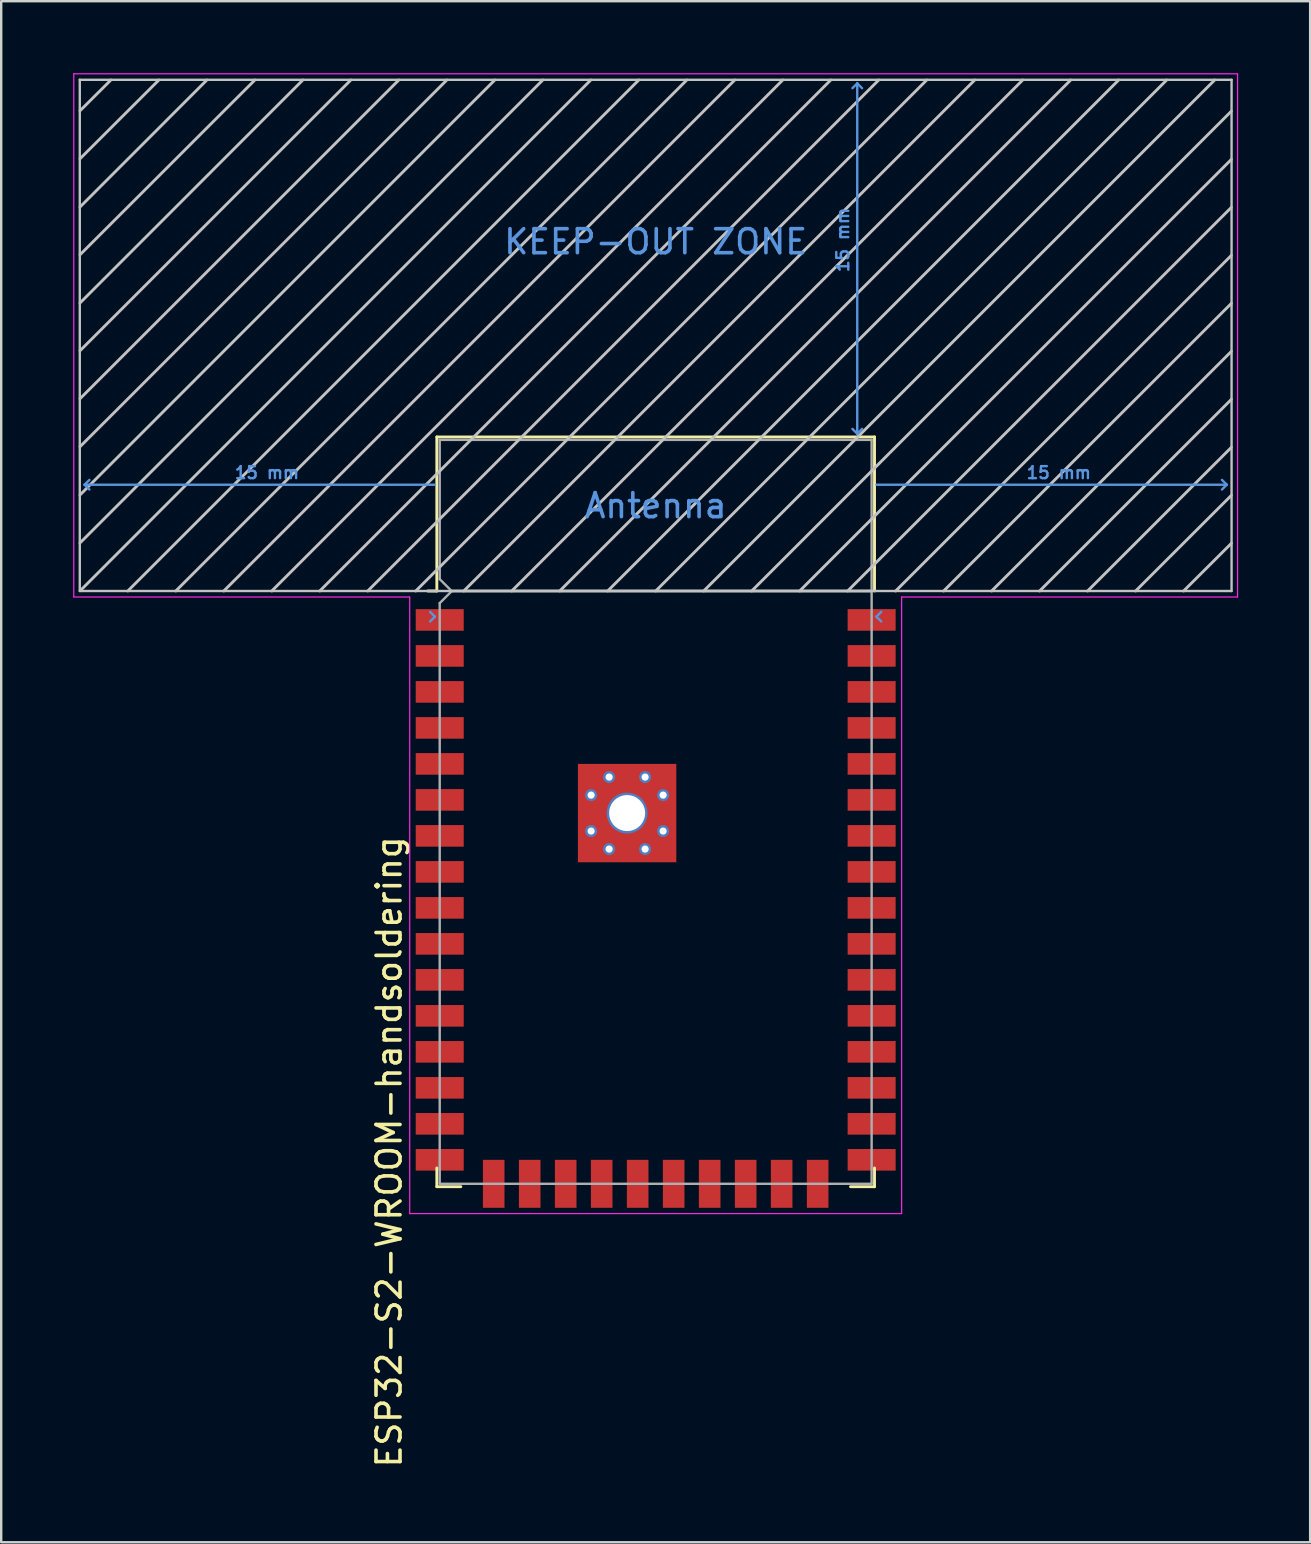
<source format=kicad_pcb>
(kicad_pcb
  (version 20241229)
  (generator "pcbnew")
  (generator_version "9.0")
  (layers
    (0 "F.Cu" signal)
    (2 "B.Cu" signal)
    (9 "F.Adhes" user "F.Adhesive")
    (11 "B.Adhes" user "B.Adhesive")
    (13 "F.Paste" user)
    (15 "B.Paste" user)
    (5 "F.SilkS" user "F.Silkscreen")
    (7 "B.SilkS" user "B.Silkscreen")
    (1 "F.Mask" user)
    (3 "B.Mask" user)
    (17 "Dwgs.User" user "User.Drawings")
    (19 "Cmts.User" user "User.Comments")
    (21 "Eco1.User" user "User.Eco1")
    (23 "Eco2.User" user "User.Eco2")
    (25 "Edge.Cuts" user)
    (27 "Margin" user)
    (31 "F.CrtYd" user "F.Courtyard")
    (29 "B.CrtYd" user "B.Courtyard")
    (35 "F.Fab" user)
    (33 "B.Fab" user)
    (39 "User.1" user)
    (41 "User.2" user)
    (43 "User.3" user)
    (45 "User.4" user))
  (footprint "ESP32-S2-WROOM-handsoldering"
    (layer "F.Cu")
    (at 24.275 36.525)
    (property "Reference" "ESP32-S2-WROOM-handsoldering" (at -11.11 8.43 90) (layer "F.SilkS") (effects (font (size 1 1) (thickness 0.15))))
    (attr smd)
    (fp_line (start -9.12 -21.365) (end -9.12 -14.945) (stroke (width 0.12) (type solid)) (layer "F.SilkS"))
    (fp_line (start -9.12 -21.365) (end 9.12 -21.365) (stroke (width 0.12) (type solid)) (layer "F.SilkS"))
    (fp_line (start -9.12 -14.945) (end -9.5 -14.945) (stroke (width 0.12) (type solid)) (layer "F.SilkS"))
    (fp_line (start -9.12 9.1) (end -9.12 9.88) (stroke (width 0.12) (type solid)) (layer "F.SilkS"))
    (fp_line (start -9.12 9.88) (end -8.12 9.88) (stroke (width 0.12) (type solid)) (layer "F.SilkS"))
    (fp_line (start 9.12 -21.365) (end 9.12 -14.945) (stroke (width 0.12) (type solid)) (layer "F.SilkS"))
    (fp_line (start 9.12 9.1) (end 9.12 9.88) (stroke (width 0.12) (type solid)) (layer "F.SilkS"))
    (fp_line (start 9.12 9.88) (end 8.12 9.88) (stroke (width 0.12) (type solid)) (layer "F.SilkS"))
    (fp_line (start -24 -14.945) (end -24 -36.25) (stroke (width 0.1) (type solid)) (layer "Dwgs.User"))
    (fp_line (start -23.99 -34.96) (end -22.705 -36.24) (stroke (width 0.12) (type solid)) (layer "Dwgs.User"))
    (fp_line (start -23.99 -32.96) (end -20.705 -36.24) (stroke (width 0.12) (type solid)) (layer "Dwgs.User"))
    (fp_line (start -23.99 -30.95) (end -18.705 -36.24) (stroke (width 0.12) (type solid)) (layer "Dwgs.User"))
    (fp_line (start -23.99 -28.96) (end -16.705 -36.24) (stroke (width 0.12) (type solid)) (layer "Dwgs.User"))
    (fp_line (start -23.99 -26.95) (end -14.705 -36.24) (stroke (width 0.12) (type solid)) (layer "Dwgs.User"))
    (fp_line (start -23.99 -24.96) (end -12.705 -36.24) (stroke (width 0.12) (type solid)) (layer "Dwgs.User"))
    (fp_line (start -23.99 -22.96) (end -10.705 -36.24) (stroke (width 0.12) (type solid)) (layer "Dwgs.User"))
    (fp_line (start -23.99 -20.96) (end -8.705 -36.24) (stroke (width 0.12) (type solid)) (layer "Dwgs.User"))
    (fp_line (start -23.99 -18.95) (end -6.705 -36.24) (stroke (width 0.12) (type solid)) (layer "Dwgs.User"))
    (fp_line (start -23.99 -16.95) (end -4.705 -36.24) (stroke (width 0.12) (type solid)) (layer "Dwgs.User"))
    (fp_line (start -23.98 -14.96) (end -2.705 -36.24) (stroke (width 0.12) (type solid)) (layer "Dwgs.User"))
    (fp_line (start -22 -14.945) (end -0.705 -36.24) (stroke (width 0.12) (type solid)) (layer "Dwgs.User"))
    (fp_line (start -20 -14.945) (end 1.295 -36.24) (stroke (width 0.12) (type solid)) (layer "Dwgs.User"))
    (fp_line (start -18 -14.945) (end 3.295 -36.24) (stroke (width 0.12) (type solid)) (layer "Dwgs.User"))
    (fp_line (start -16 -14.945) (end 5.295 -36.24) (stroke (width 0.12) (type solid)) (layer "Dwgs.User"))
    (fp_line (start -14 -14.945) (end 7.295 -36.24) (stroke (width 0.12) (type solid)) (layer "Dwgs.User"))
    (fp_line (start -12 -14.945) (end 9.295 -36.24) (stroke (width 0.12) (type solid)) (layer "Dwgs.User"))
    (fp_line (start -10 -14.945) (end 11.295 -36.24) (stroke (width 0.12) (type solid)) (layer "Dwgs.User"))
    (fp_line (start -8 -14.945) (end 13.295 -36.24) (stroke (width 0.12) (type solid)) (layer "Dwgs.User"))
    (fp_line (start -6 -14.945) (end 15.295 -36.24) (stroke (width 0.12) (type solid)) (layer "Dwgs.User"))
    (fp_line (start -4 -14.945) (end 17.295 -36.24) (stroke (width 0.12) (type solid)) (layer "Dwgs.User"))
    (fp_line (start -2 -14.945) (end 19.295 -36.24) (stroke (width 0.12) (type solid)) (layer "Dwgs.User"))
    (fp_line (start 0 -14.945) (end 21.295 -36.24) (stroke (width 0.12) (type solid)) (layer "Dwgs.User"))
    (fp_line (start 2 -14.945) (end 23.295 -36.24) (stroke (width 0.12) (type solid)) (layer "Dwgs.User"))
    (fp_line (start 4 -14.945) (end 23.99 -34.94) (stroke (width 0.12) (type solid)) (layer "Dwgs.User"))
    (fp_line (start 6 -14.945) (end 23.99 -32.93) (stroke (width 0.12) (type solid)) (layer "Dwgs.User"))
    (fp_line (start 8 -14.945) (end 23.99 -30.93) (stroke (width 0.12) (type solid)) (layer "Dwgs.User"))
    (fp_line (start 10 -14.945) (end 23.99 -28.93) (stroke (width 0.12) (type solid)) (layer "Dwgs.User"))
    (fp_line (start 12 -14.945) (end 23.99 -26.93) (stroke (width 0.12) (type solid)) (layer "Dwgs.User"))
    (fp_line (start 14 -14.945) (end 23.99 -24.93) (stroke (width 0.12) (type solid)) (layer "Dwgs.User"))
    (fp_line (start 16 -14.945) (end 23.99 -22.93) (stroke (width 0.12) (type solid)) (layer "Dwgs.User"))
    (fp_line (start 18 -14.945) (end 23.99 -20.93) (stroke (width 0.12) (type solid)) (layer "Dwgs.User"))
    (fp_line (start 20 -14.945) (end 23.99 -18.93) (stroke (width 0.12) (type solid)) (layer "Dwgs.User"))
    (fp_line (start 22 -14.945) (end 23.99 -16.93) (stroke (width 0.12) (type solid)) (layer "Dwgs.User"))
    (fp_line (start 24 -36.25) (end -24 -36.25) (stroke (width 0.1) (type solid)) (layer "Dwgs.User"))
    (fp_line (start 24 -14.945) (end -24 -14.945) (stroke (width 0.1) (type solid)) (layer "Dwgs.User"))
    (fp_line (start 24 -14.945) (end 24 -36.25) (stroke (width 0.1) (type solid)) (layer "Dwgs.User"))
    (fp_line (start -23.8 -19.375) (end -23.6 -19.575) (stroke (width 0.1) (type solid)) (layer "Cmts.User"))
    (fp_line (start -23.8 -19.375) (end -23.6 -19.175) (stroke (width 0.1) (type solid)) (layer "Cmts.User"))
    (fp_line (start -23.8 -19.375) (end -9.2 -19.375) (stroke (width 0.1) (type solid)) (layer "Cmts.User"))
    (fp_line (start -9.2 -13.875) (end -9.4 -14.075) (stroke (width 0.1) (type solid)) (layer "Cmts.User"))
    (fp_line (start -9.2 -13.875) (end -9.4 -13.675) (stroke (width 0.1) (type solid)) (layer "Cmts.User"))
    (fp_line (start 8.4 -36.1) (end 8.2 -35.9) (stroke (width 0.1) (type solid)) (layer "Cmts.User"))
    (fp_line (start 8.4 -36.1) (end 8.6 -35.9) (stroke (width 0.1) (type solid)) (layer "Cmts.User"))
    (fp_line (start 8.4 -21.5) (end 8.2 -21.7) (stroke (width 0.1) (type solid)) (layer "Cmts.User"))
    (fp_line (start 8.4 -21.5) (end 8.4 -36.1) (stroke (width 0.1) (type solid)) (layer "Cmts.User"))
    (fp_line (start 8.4 -21.5) (end 8.6 -21.7) (stroke (width 0.1) (type solid)) (layer "Cmts.User"))
    (fp_line (start 9.2 -19.375) (end 23.8 -19.375) (stroke (width 0.1) (type solid)) (layer "Cmts.User"))
    (fp_line (start 9.2 -13.875) (end 9.4 -14.075) (stroke (width 0.1) (type solid)) (layer "Cmts.User"))
    (fp_line (start 9.2 -13.875) (end 9.4 -13.675) (stroke (width 0.1) (type solid)) (layer "Cmts.User"))
    (fp_line (start 23.8 -19.375) (end 23.6 -19.575) (stroke (width 0.1) (type solid)) (layer "Cmts.User"))
    (fp_line (start 23.8 -19.375) (end 23.6 -19.175) (stroke (width 0.1) (type solid)) (layer "Cmts.User"))
    (fp_line (start -24.25 -36.5) (end -24.25 -14.695) (stroke (width 0.05) (type solid)) (layer "F.CrtYd"))
    (fp_line (start -24.25 -36.5) (end 24.25 -36.5) (stroke (width 0.05) (type solid)) (layer "F.CrtYd"))
    (fp_line (start -24.25 -14.695) (end -10.25 -14.695) (stroke (width 0.05) (type solid)) (layer "F.CrtYd"))
    (fp_line (start -10.25 11) (end -10.25 -14.69) (stroke (width 0.05) (type solid)) (layer "F.CrtYd"))
    (fp_line (start -10.25 11) (end 10.25 11) (stroke (width 0.05) (type solid)) (layer "F.CrtYd"))
    (fp_line (start 10.25 -14.695) (end 10.25 11) (stroke (width 0.05) (type solid)) (layer "F.CrtYd"))
    (fp_line (start 10.25 -14.695) (end 24.25 -14.695) (stroke (width 0.05) (type solid)) (layer "F.CrtYd"))
    (fp_line (start 24.25 -36.5) (end 24.25 -14.695) (stroke (width 0.05) (type solid)) (layer "F.CrtYd"))
    (fp_line (start -9 -21.245) (end -9 -15.44) (stroke (width 0.1) (type solid)) (layer "F.Fab"))
    (fp_line (start -9 -21.245) (end 9 -21.245) (stroke (width 0.1) (type solid)) (layer "F.Fab"))
    (fp_line (start -9 -14.44) (end -9 9.76) (stroke (width 0.1) (type solid)) (layer "F.Fab"))
    (fp_line (start -9 -14.44) (end -8.5 -14.94) (stroke (width 0.1) (type solid)) (layer "F.Fab"))
    (fp_line (start -9 9.76) (end 9 9.76) (stroke (width 0.1) (type solid)) (layer "F.Fab"))
    (fp_line (start -8.51 -14.945) (end 8.99 -14.945) (stroke (width 0.12) (type solid)) (layer "F.Fab"))
    (fp_line (start -8.5 -14.94) (end -9 -15.44) (stroke (width 0.1) (type solid)) (layer "F.Fab"))
    (fp_line (start 9 9.76) (end 9 -21.245) (stroke (width 0.1) (type solid)) (layer "F.Fab"))
    (fp_text user "KEEP-OUT ZONE" (at 0 -29.5 0) (layer "Cmts.User") (effects (font (size 1 1) (thickness 0.15))))
    (fp_text user "15 mm" (at 16.8 -19.875 0) (layer "Cmts.User") (effects (font (size 0.5 0.5) (thickness 0.1))))
    (fp_text user "Antenna" (at 0 -18.5 0) (layer "Cmts.User") (effects (font (size 1 1) (thickness 0.15))))
    (fp_text user "15 mm" (at -16.2 -19.875 0) (layer "Cmts.User") (effects (font (size 0.5 0.5) (thickness 0.1))))
    (fp_text user "15 mm" (at 7.8 -29.575 90) (layer "Cmts.User") (effects (font (size 0.5 0.5) (thickness 0.1))))
    (pad "1" smd rect (at -9 -13.74 180) (size 2 0.9) (layers "F.Cu" "F.Mask" "F.Paste"))
    (pad "2" smd rect (at -9 -12.24 180) (size 2 0.9) (layers "F.Cu" "F.Mask" "F.Paste"))
    (pad "3" smd rect (at -9 -10.74 180) (size 2 0.9) (layers "F.Cu" "F.Mask" "F.Paste"))
    (pad "4" smd rect (at -9 -9.24 180) (size 2 0.9) (layers "F.Cu" "F.Mask" "F.Paste"))
    (pad "5" smd rect (at -9 -7.74 180) (size 2 0.9) (layers "F.Cu" "F.Mask" "F.Paste"))
    (pad "6" smd rect (at -9 -6.24 180) (size 2 0.9) (layers "F.Cu" "F.Mask" "F.Paste"))
    (pad "7" smd rect (at -9 -4.74 180) (size 2 0.9) (layers "F.Cu" "F.Mask" "F.Paste"))
    (pad "8" smd rect (at -9 -3.24 180) (size 2 0.9) (layers "F.Cu" "F.Mask" "F.Paste"))
    (pad "9" smd rect (at -9 -1.74 180) (size 2 0.9) (layers "F.Cu" "F.Mask" "F.Paste"))
    (pad "10" smd rect (at -9 -0.24 180) (size 2 0.9) (layers "F.Cu" "F.Mask" "F.Paste"))
    (pad "11" smd rect (at -9 1.26 180) (size 2 0.9) (layers "F.Cu" "F.Mask" "F.Paste"))
    (pad "12" smd rect (at -9 2.76 180) (size 2 0.9) (layers "F.Cu" "F.Mask" "F.Paste"))
    (pad "13" smd rect (at -9 4.26 180) (size 2 0.9) (layers "F.Cu" "F.Mask" "F.Paste"))
    (pad "14" smd rect (at -9 5.76 180) (size 2 0.9) (layers "F.Cu" "F.Mask" "F.Paste"))
    (pad "15" smd rect (at -9 7.26 180) (size 2 0.9) (layers "F.Cu" "F.Mask" "F.Paste"))
    (pad "16" smd rect (at -9 8.76 180) (size 2 0.9) (layers "F.Cu" "F.Mask" "F.Paste"))
    (pad "17" smd rect (at -6.75 9.76 270) (size 2 0.9) (layers "F.Cu" "F.Mask" "F.Paste"))
    (pad "18" smd rect (at -5.25 9.76 270) (size 2 0.9) (layers "F.Cu" "F.Mask" "F.Paste"))
    (pad "19" smd rect (at -3.75 9.76 270) (size 2 0.9) (layers "F.Cu" "F.Mask" "F.Paste"))
    (pad "20" smd rect (at -2.25 9.76 270) (size 2 0.9) (layers "F.Cu" "F.Mask" "F.Paste"))
    (pad "21" smd rect (at -0.75 9.76 270) (size 2 0.9) (layers "F.Cu" "F.Mask" "F.Paste"))
    (pad "22" smd rect (at 0.75 9.76 270) (size 2 0.9) (layers "F.Cu" "F.Mask" "F.Paste"))
    (pad "23" smd rect (at 2.25 9.76 270) (size 2 0.9) (layers "F.Cu" "F.Mask" "F.Paste"))
    (pad "24" smd rect (at 3.75 9.76 270) (size 2 0.9) (layers "F.Cu" "F.Mask" "F.Paste"))
    (pad "25" smd rect (at 5.25 9.76 270) (size 2 0.9) (layers "F.Cu" "F.Mask" "F.Paste"))
    (pad "26" smd rect (at 6.75 9.76 270) (size 2 0.9) (layers "F.Cu" "F.Mask" "F.Paste"))
    (pad "27" smd rect (at 9 8.76 180) (size 2 0.9) (layers "F.Cu" "F.Mask" "F.Paste"))
    (pad "28" smd rect (at 9 7.26 180) (size 2 0.9) (layers "F.Cu" "F.Mask" "F.Paste"))
    (pad "29" smd rect (at 9 5.76 180) (size 2 0.9) (layers "F.Cu" "F.Mask" "F.Paste"))
    (pad "30" smd rect (at 9 4.26 180) (size 2 0.9) (layers "F.Cu" "F.Mask" "F.Paste"))
    (pad "31" smd rect (at 9 2.76 180) (size 2 0.9) (layers "F.Cu" "F.Mask" "F.Paste"))
    (pad "32" smd rect (at 9 1.26 180) (size 2 0.9) (layers "F.Cu" "F.Mask" "F.Paste"))
    (pad "33" smd rect (at 9 -0.24 180) (size 2 0.9) (layers "F.Cu" "F.Mask" "F.Paste"))
    (pad "34" smd rect (at 9 -1.74 180) (size 2 0.9) (layers "F.Cu" "F.Mask" "F.Paste"))
    (pad "35" smd rect (at 9 -3.24 180) (size 2 0.9) (layers "F.Cu" "F.Mask" "F.Paste"))
    (pad "36" smd rect (at 9 -4.74 180) (size 2 0.9) (layers "F.Cu" "F.Mask" "F.Paste"))
    (pad "37" smd rect (at 9 -6.24 180) (size 2 0.9) (layers "F.Cu" "F.Mask" "F.Paste"))
    (pad "38" smd rect (at 9 -7.74 180) (size 2 0.9) (layers "F.Cu" "F.Mask" "F.Paste"))
    (pad "39" smd rect (at 9 -9.24 180) (size 2 0.9) (layers "F.Cu" "F.Mask" "F.Paste"))
    (pad "40" smd rect (at 9 -10.74 180) (size 2 0.9) (layers "F.Cu" "F.Mask" "F.Paste"))
    (pad "41" smd rect (at 9 -12.24 180) (size 2 0.9) (layers "F.Cu" "F.Mask" "F.Paste"))
    (pad "42" smd rect (at 9 -13.74 180) (size 2 0.9) (layers "F.Cu" "F.Mask" "F.Paste"))
    (pad "43" thru_hole circle (at -2.69 -6.44 180) (size 0.5 0.5) (drill 0.3) (layers "*.Cu" "*.Mask"))
    (pad "43" thru_hole circle (at -2.69 -4.94 180) (size 0.5 0.5) (drill 0.3) (layers "*.Cu" "*.Mask"))
    (pad "43" thru_hole circle (at -1.94 -7.19 180) (size 0.5 0.5) (drill 0.3) (layers "*.Cu" "*.Mask"))
    (pad "43" thru_hole circle (at -1.94 -4.19 180) (size 0.5 0.5) (drill 0.3) (layers "*.Cu" "*.Mask"))
    (pad "43" thru_hole circle (at -1.19 -5.69 180) (size 1.7 1.7) (drill 1.5) (layers "*.Cu" "*.Mask"))
    (pad "43" smd rect (at -1.19 -5.69 180) (size 4.1 4.1) (layers "F.Cu" "F.Mask" "F.Paste"))
    (pad "43" thru_hole circle (at -0.44 -7.19 180) (size 0.5 0.5) (drill 0.3) (layers "*.Cu" "*.Mask"))
    (pad "43" thru_hole circle (at -0.44 -4.19 180) (size 0.5 0.5) (drill 0.3) (layers "*.Cu" "*.Mask"))
    (pad "43" thru_hole circle (at 0.31 -6.44 180) (size 0.5 0.5) (drill 0.3) (layers "*.Cu" "*.Mask"))
    (pad "43" thru_hole circle (at 0.31 -4.94 180) (size 0.5 0.5) (drill 0.3) (layers "*.Cu" "*.Mask")))
  (gr_rect
    (start -3 -3)
    (end 51.55 61.223)
    (stroke (width 0.1) (type default))
    (fill no)
    (layer "Edge.Cuts")))
</source>
